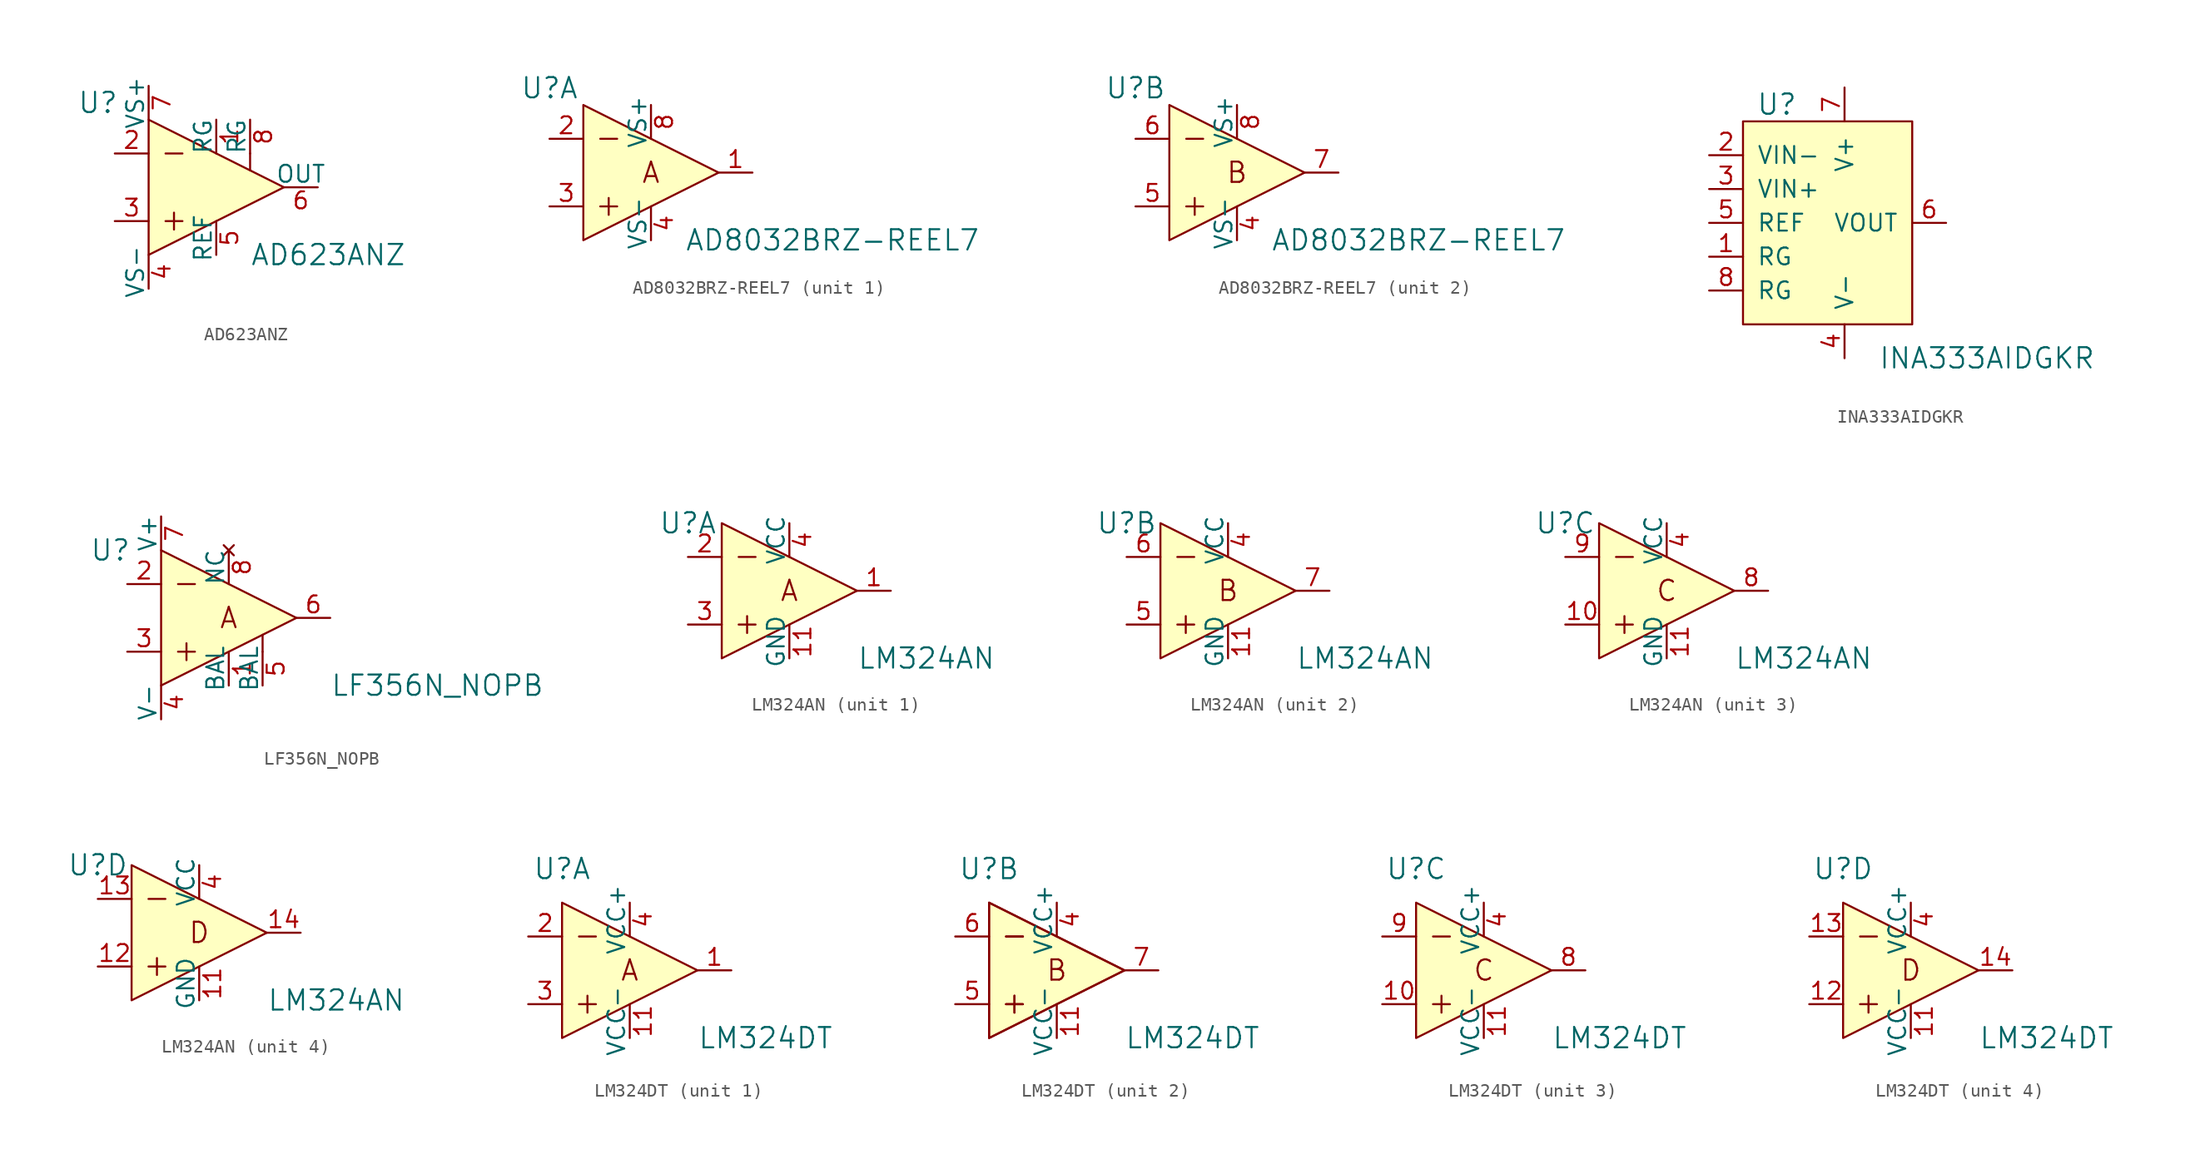
<source format=kicad_sym>
(kicad_symbol_lib
  (version 20201005)
  (generator kicad_symbol_editor)
  (symbol "AD623ANZ"
    (pin_names
      (offset 0))
    (property "Reference" "U"
      (at -8.89 6.35 0)
      (effects (font (size 1.524 1.524))))
    (property "Value" "AD623ANZ"
      (at 2.54 -5.08 0)
      (effects (font (size 1.524 1.524)) (justify left)))
    (symbol "AD623ANZ_1_0"
      (polyline (pts (xy -3.81 -2.54) (xy -2.54 -2.54)) (stroke (width 0)) (fill (type none)))
      (polyline (pts (xy -3.81 2.54) (xy -2.54 2.54)) (stroke (width 0)) (fill (type none)))
      (polyline (pts (xy -3.175 -1.905) (xy -3.175 -3.175)) (stroke (width 0)) (fill (type none)))
      (polyline (pts (xy 2.54 2.54) (xy 2.54 1.27)) (stroke (width 0)) (fill (type none)))
      (polyline (pts (xy -5.08 5.08) (xy -5.08 -5.08) (xy 5.08 0) (xy -5.08 5.08)) (stroke (width 0)) (fill (type background))))
    (symbol "AD623ANZ_1_1"
      (pin passive line (at 0 5.08 270) (length 2.54) (name "RG" (effects (font (size 1.27 1.27)))) (number "1" (effects (font (size 1.27 1.27)))))
      (pin input line (at -7.62 2.54 0) (length 2.54) (name "~" (effects (font (size 1.27 1.27)))) (number "2" (effects (font (size 1.27 1.27)))))
      (pin input line (at -7.62 -2.54 0) (length 2.54) (name "~" (effects (font (size 1.27 1.27)))) (number "3" (effects (font (size 1.27 1.27)))))
      (pin power_in line (at -5.08 -7.62 90) (length 2.54) (name "VS-" (effects (font (size 1.27 1.27)))) (number "4" (effects (font (size 1.27 1.27)))))
      (pin output line (at 0 -5.08 90) (length 2.54) (name "REF" (effects (font (size 1.27 1.27)))) (number "5" (effects (font (size 1.27 1.27)))))
      (pin output line (at 7.62 0 180) (length 2.54) (name "OUT" (effects (font (size 1.27 1.27)))) (number "6" (effects (font (size 1.27 1.27)))))
      (pin power_in line (at -5.08 7.62 270) (length 2.54) (name "VS+" (effects (font (size 1.27 1.27)))) (number "7" (effects (font (size 1.27 1.27)))))
      (pin passive line (at 2.54 5.08 270) (length 2.54) (name "RG" (effects (font (size 1.27 1.27)))) (number "8" (effects (font (size 1.27 1.27)))))))
  (symbol "AD8032BRZ-REEL7"
    (pin_names
      (offset 0))
    (property "Reference" "U"
      (at -7.62 6.35 0)
      (effects (font (size 1.524 1.524))))
    (property "Value" "AD8032BRZ-REEL7"
      (at 2.54 -5.08 0)
      (effects (font (size 1.524 1.524)) (justify left)))
    (property "ki_locked" ""
      (at 0 0 0)
      (effects (font (size 1.27 1.27))))
    (symbol "AD8032BRZ-REEL7_0_1"
      (polyline (pts (xy -3.81 -2.54) (xy -2.54 -2.54)) (stroke (width 0)) (fill (type none)))
      (polyline (pts (xy -3.81 2.54) (xy -2.54 2.54)) (stroke (width 0)) (fill (type none)))
      (polyline (pts (xy -3.175 -3.175) (xy -3.175 -1.905)) (stroke (width 0)) (fill (type none)))
      (polyline (pts (xy -5.08 5.08) (xy -5.08 -5.08) (xy 5.08 0) (xy -5.08 5.08)) (stroke (width 0)) (fill (type background))))
    (symbol "AD8032BRZ-REEL7_1_0"
      (text "A" (at 0 0 0) (effects (font (size 1.524 1.524)))))
    (symbol "AD8032BRZ-REEL7_1_1"
      (pin output line (at 7.62 0 180) (length 2.54) (name "~" (effects (font (size 1.27 1.27)))) (number "1" (effects (font (size 1.27 1.27)))))
      (pin input line (at -7.62 2.54 0) (length 2.54) (name "~" (effects (font (size 1.27 1.27)))) (number "2" (effects (font (size 1.27 1.27)))))
      (pin input line (at -7.62 -2.54 0) (length 2.54) (name "~" (effects (font (size 1.27 1.27)))) (number "3" (effects (font (size 1.27 1.27)))))
      (pin power_in line (at 0 -5.08 90) (length 2.54) (name "VS-" (effects (font (size 1.27 1.27)))) (number "4" (effects (font (size 1.27 1.27)))))
      (pin power_in line (at 0 5.08 270) (length 2.54) (name "VS+" (effects (font (size 1.27 1.27)))) (number "8" (effects (font (size 1.27 1.27))))))
    (symbol "AD8032BRZ-REEL7_2_0"
      (text "B" (at 0 0 0) (effects (font (size 1.524 1.524)))))
    (symbol "AD8032BRZ-REEL7_2_1"
      (pin power_in line (at 0 -5.08 90) (length 2.54) (name "VS-" (effects (font (size 1.27 1.27)))) (number "4" (effects (font (size 1.27 1.27)))))
      (pin input line (at -7.62 -2.54 0) (length 2.54) (name "~" (effects (font (size 1.27 1.27)))) (number "5" (effects (font (size 1.27 1.27)))))
      (pin input line (at -7.62 2.54 0) (length 2.54) (name "~" (effects (font (size 1.27 1.27)))) (number "6" (effects (font (size 1.27 1.27)))))
      (pin output line (at 7.62 0 180) (length 2.54) (name "~" (effects (font (size 1.27 1.27)))) (number "7" (effects (font (size 1.27 1.27)))))
      (pin power_in line (at 0 5.08 270) (length 2.54) (name "VS+" (effects (font (size 1.27 1.27)))) (number "8" (effects (font (size 1.27 1.27)))))))
  (symbol "INA333AIDGKR"
    (pin_names
      (offset 1.016))
    (property "Reference" "U"
      (at -5.08 3.81 0)
      (effects (font (size 1.524 1.524))))
    (property "Value" "INA333AIDGKR"
      (at 2.54 -15.24 0)
      (effects (font (size 1.524 1.524)) (justify left)))
    (symbol "INA333AIDGKR_0_1"
      (rectangle (start -7.62 2.54) (end 5.08 -12.7) (stroke (width 0)) (fill (type background))))
    (symbol "INA333AIDGKR_1_1"
      (pin passive line (at -10.16 -7.62 0) (length 2.54) (name "RG" (effects (font (size 1.27 1.27)))) (number "1" (effects (font (size 1.27 1.27)))))
      (pin input line (at -10.16 0 0) (length 2.54) (name "VIN-" (effects (font (size 1.27 1.27)))) (number "2" (effects (font (size 1.27 1.27)))))
      (pin input line (at -10.16 -2.54 0) (length 2.54) (name "VIN+" (effects (font (size 1.27 1.27)))) (number "3" (effects (font (size 1.27 1.27)))))
      (pin power_in line (at 0 -15.24 90) (length 2.54) (name "V-" (effects (font (size 1.27 1.27)))) (number "4" (effects (font (size 1.27 1.27)))))
      (pin input line (at -10.16 -5.08 0) (length 2.54) (name "REF" (effects (font (size 1.27 1.27)))) (number "5" (effects (font (size 1.27 1.27)))))
      (pin output line (at 7.62 -5.08 180) (length 2.54) (name "VOUT" (effects (font (size 1.27 1.27)))) (number "6" (effects (font (size 1.27 1.27)))))
      (pin power_in line (at 0 5.08 270) (length 2.54) (name "V+" (effects (font (size 1.27 1.27)))) (number "7" (effects (font (size 1.27 1.27)))))
      (pin passive line (at -10.16 -10.16 0) (length 2.54) (name "RG" (effects (font (size 1.27 1.27)))) (number "8" (effects (font (size 1.27 1.27)))))))
  (symbol "LF356N_NOPB"
    (pin_names
      (offset 0))
    (property "Reference" "U"
      (at -8.89 5.08 0)
      (effects (font (size 1.524 1.524))))
    (property "Value" "LF356N_NOPB"
      (at 7.62 -5.08 0)
      (effects (font (size 1.524 1.524)) (justify left)))
    (symbol "LF356N_NOPB_0_0"
      (text "A" (at 0 0 0) (effects (font (size 1.524 1.524)))))
    (symbol "LF356N_NOPB_1_0"
      (polyline (pts (xy -3.81 -2.54) (xy -2.54 -2.54)) (stroke (width 0)) (fill (type none)))
      (polyline (pts (xy -3.81 2.54) (xy -2.54 2.54)) (stroke (width 0)) (fill (type none)))
      (polyline (pts (xy -3.175 -1.905) (xy -3.175 -3.175)) (stroke (width 0)) (fill (type none)))
      (polyline (pts (xy 2.54 -1.27) (xy 2.54 -2.54)) (stroke (width 0)) (fill (type none)))
      (polyline (pts (xy -5.08 5.08) (xy -5.08 -5.08) (xy 5.08 0) (xy -5.08 5.08)) (stroke (width 0)) (fill (type background))))
    (symbol "LF356N_NOPB_1_1"
      (pin input line (at 0 -5.08 90) (length 2.54) (name "BAL" (effects (font (size 1.27 1.27)))) (number "1" (effects (font (size 1.27 1.27)))))
      (pin input line (at -7.62 2.54 0) (length 2.54) (name "~" (effects (font (size 1.27 1.27)))) (number "2" (effects (font (size 1.27 1.27)))))
      (pin input line (at -7.62 -2.54 0) (length 2.54) (name "~" (effects (font (size 1.27 1.27)))) (number "3" (effects (font (size 1.27 1.27)))))
      (pin power_in line (at -5.08 -7.62 90) (length 2.54) (name "V-" (effects (font (size 1.27 1.27)))) (number "4" (effects (font (size 1.27 1.27)))))
      (pin input line (at 2.54 -5.08 90) (length 2.54) (name "BAL" (effects (font (size 1.27 1.27)))) (number "5" (effects (font (size 1.27 1.27)))))
      (pin output line (at 7.62 0 180) (length 2.54) (name "~" (effects (font (size 1.27 1.27)))) (number "6" (effects (font (size 1.27 1.27)))))
      (pin power_in line (at -5.08 7.62 270) (length 2.54) (name "V+" (effects (font (size 1.27 1.27)))) (number "7" (effects (font (size 1.27 1.27)))))
      (pin no_connect line (at 0 5.08 270) (length 2.54) (name "NC" (effects (font (size 1.27 1.27)))) (number "8" (effects (font (size 1.27 1.27)))))))
  (symbol "LM324AN"
    (pin_names
      (offset 0))
    (property "Reference" "U"
      (at -7.62 5.08 0)
      (effects (font (size 1.524 1.524))))
    (property "Value" "LM324AN"
      (at 5.08 -5.08 0)
      (effects (font (size 1.524 1.524)) (justify left)))
    (property "ki_locked" ""
      (at 0 0 0)
      (effects (font (size 1.27 1.27))))
    (symbol "LM324AN_0_0"
      (polyline (pts (xy -3.81 -2.54) (xy -2.54 -2.54)) (stroke (width 0)) (fill (type none)))
      (polyline (pts (xy -3.81 2.54) (xy -2.54 2.54)) (stroke (width 0)) (fill (type none)))
      (polyline (pts (xy -3.175 -1.905) (xy -3.175 -3.175)) (stroke (width 0)) (fill (type none)))
      (polyline (pts (xy 5.08 0) (xy -5.08 5.08) (xy -5.08 -5.08) (xy 5.08 0)) (stroke (width 0)) (fill (type background))))
    (symbol "LM324AN_1_0"
      (text "A" (at 0 0 0) (effects (font (size 1.524 1.524)))))
    (symbol "LM324AN_1_1"
      (pin output line (at 7.62 0 180) (length 2.54) (name "~" (effects (font (size 1.27 1.27)))) (number "1" (effects (font (size 1.27 1.27)))))
      (pin input line (at -7.62 2.54 0) (length 2.54) (name "~" (effects (font (size 1.27 1.27)))) (number "2" (effects (font (size 1.27 1.27)))))
      (pin input line (at -7.62 -2.54 0) (length 2.54) (name "~" (effects (font (size 1.27 1.27)))) (number "3" (effects (font (size 1.27 1.27)))))
      (pin power_in line (at 0 5.08 270) (length 2.54) (name "VCC" (effects (font (size 1.27 1.27)))) (number "4" (effects (font (size 1.27 1.27)))))
      (pin power_in line (at 0 -5.08 90) (length 2.54) (name "GND" (effects (font (size 1.27 1.27)))) (number "11" (effects (font (size 1.27 1.27))))))
    (symbol "LM324AN_2_0"
      (text "B" (at 0 0 0) (effects (font (size 1.524 1.524)))))
    (symbol "LM324AN_2_1"
      (pin power_in line (at 0 5.08 270) (length 2.54) (name "VCC" (effects (font (size 1.27 1.27)))) (number "4" (effects (font (size 1.27 1.27)))))
      (pin input line (at -7.62 -2.54 0) (length 2.54) (name "~" (effects (font (size 1.27 1.27)))) (number "5" (effects (font (size 1.27 1.27)))))
      (pin input line (at -7.62 2.54 0) (length 2.54) (name "~" (effects (font (size 1.27 1.27)))) (number "6" (effects (font (size 1.27 1.27)))))
      (pin output line (at 7.62 0 180) (length 2.54) (name "~" (effects (font (size 1.27 1.27)))) (number "7" (effects (font (size 1.27 1.27)))))
      (pin power_in line (at 0 -5.08 90) (length 2.54) (name "GND" (effects (font (size 1.27 1.27)))) (number "11" (effects (font (size 1.27 1.27))))))
    (symbol "LM324AN_3_0"
      (text "C" (at 0 0 0) (effects (font (size 1.524 1.524)))))
    (symbol "LM324AN_3_1"
      (pin power_in line (at 0 5.08 270) (length 2.54) (name "VCC" (effects (font (size 1.27 1.27)))) (number "4" (effects (font (size 1.27 1.27)))))
      (pin output line (at 7.62 0 180) (length 2.54) (name "~" (effects (font (size 1.27 1.27)))) (number "8" (effects (font (size 1.27 1.27)))))
      (pin input line (at -7.62 2.54 0) (length 2.54) (name "~" (effects (font (size 1.27 1.27)))) (number "9" (effects (font (size 1.27 1.27)))))
      (pin input line (at -7.62 -2.54 0) (length 2.54) (name "~" (effects (font (size 1.27 1.27)))) (number "10" (effects (font (size 1.27 1.27)))))
      (pin power_in line (at 0 -5.08 90) (length 2.54) (name "GND" (effects (font (size 1.27 1.27)))) (number "11" (effects (font (size 1.27 1.27))))))
    (symbol "LM324AN_4_0"
      (text "D" (at 0 0 0) (effects (font (size 1.524 1.524)))))
    (symbol "LM324AN_4_1"
      (pin power_in line (at 0 5.08 270) (length 2.54) (name "VCC" (effects (font (size 1.27 1.27)))) (number "4" (effects (font (size 1.27 1.27)))))
      (pin power_in line (at 0 -5.08 90) (length 2.54) (name "GND" (effects (font (size 1.27 1.27)))) (number "11" (effects (font (size 1.27 1.27)))))
      (pin input line (at -7.62 -2.54 0) (length 2.54) (name "~" (effects (font (size 1.27 1.27)))) (number "12" (effects (font (size 1.27 1.27)))))
      (pin input line (at -7.62 2.54 0) (length 2.54) (name "~" (effects (font (size 1.27 1.27)))) (number "13" (effects (font (size 1.27 1.27)))))
      (pin output line (at 7.62 0 180) (length 2.54) (name "~" (effects (font (size 1.27 1.27)))) (number "14" (effects (font (size 1.27 1.27)))))))
  (symbol "LM324DT"
    (pin_names
      (offset 0))
    (property "Reference" "U"
      (at -5.08 7.62 0)
      (effects (font (size 1.524 1.524))))
    (property "Value" "LM324DT"
      (at 5.08 -5.08 0)
      (effects (font (size 1.524 1.524)) (justify left)))
    (property "ki_locked" ""
      (at 0 0 0)
      (effects (font (size 1.27 1.27))))
    (symbol "LM324DT_0_0"
      (polyline (pts (xy -3.81 -2.54) (xy -2.54 -2.54)) (stroke (width 0)) (fill (type none)))
      (polyline (pts (xy -3.81 2.54) (xy -2.54 2.54)) (stroke (width 0)) (fill (type none)))
      (polyline (pts (xy -3.175 -1.905) (xy -3.175 -3.175)) (stroke (width 0)) (fill (type none)))
      (polyline (pts (xy -5.08 5.08) (xy -5.08 -5.08) (xy 5.08 0) (xy -5.08 5.08)) (stroke (width 0)) (fill (type background))))
    (symbol "LM324DT_1_0"
      (text "A" (at 0 0 0) (effects (font (size 1.524 1.524)))))
    (symbol "LM324DT_1_1"
      (pin output line (at 7.62 0 180) (length 2.54) (name "~" (effects (font (size 1.27 1.27)))) (number "1" (effects (font (size 1.27 1.27)))))
      (pin input line (at -7.62 2.54 0) (length 2.54) (name "~" (effects (font (size 1.27 1.27)))) (number "2" (effects (font (size 1.27 1.27)))))
      (pin input line (at -7.62 -2.54 0) (length 2.54) (name "~" (effects (font (size 1.27 1.27)))) (number "3" (effects (font (size 1.27 1.27)))))
      (pin power_in line (at 0 5.08 270) (length 2.54) (name "VCC+" (effects (font (size 1.27 1.27)))) (number "4" (effects (font (size 1.27 1.27)))))
      (pin power_in line (at 0 -5.08 90) (length 2.54) (name "VCC-" (effects (font (size 1.27 1.27)))) (number "11" (effects (font (size 1.27 1.27))))))
    (symbol "LM324DT_2_0"
      (text "B" (at 0 0 0) (effects (font (size 1.524 1.524))))
      (polyline (pts (xy -3.81 -2.54) (xy -2.54 -2.54)) (stroke (width 0)) (fill (type none)))
      (polyline (pts (xy -3.81 2.54) (xy -2.54 2.54)) (stroke (width 0)) (fill (type none)))
      (polyline (pts (xy -3.175 -1.905) (xy -3.175 -3.175)) (stroke (width 0)) (fill (type none)))
      (polyline (pts (xy -5.08 5.08) (xy -5.08 -5.08) (xy 5.08 0) (xy -5.08 5.08)) (stroke (width 0)) (fill (type background))))
    (symbol "LM324DT_2_1"
      (pin power_in line (at 0 5.08 270) (length 2.54) (name "VCC+" (effects (font (size 1.27 1.27)))) (number "4" (effects (font (size 1.27 1.27)))))
      (pin input line (at -7.62 -2.54 0) (length 2.54) (name "~" (effects (font (size 1.27 1.27)))) (number "5" (effects (font (size 1.27 1.27)))))
      (pin input line (at -7.62 2.54 0) (length 2.54) (name "~" (effects (font (size 1.27 1.27)))) (number "6" (effects (font (size 1.27 1.27)))))
      (pin output line (at 7.62 0 180) (length 2.54) (name "~" (effects (font (size 1.27 1.27)))) (number "7" (effects (font (size 1.27 1.27)))))
      (pin power_in line (at 0 -5.08 90) (length 2.54) (name "VCC-" (effects (font (size 1.27 1.27)))) (number "11" (effects (font (size 1.27 1.27))))))
    (symbol "LM324DT_3_0"
      (text "C" (at 0 0 0) (effects (font (size 1.524 1.524)))))
    (symbol "LM324DT_3_1"
      (pin power_in line (at 0 5.08 270) (length 2.54) (name "VCC+" (effects (font (size 1.27 1.27)))) (number "4" (effects (font (size 1.27 1.27)))))
      (pin output line (at 7.62 0 180) (length 2.54) (name "~" (effects (font (size 1.27 1.27)))) (number "8" (effects (font (size 1.27 1.27)))))
      (pin input line (at -7.62 2.54 0) (length 2.54) (name "~" (effects (font (size 1.27 1.27)))) (number "9" (effects (font (size 1.27 1.27)))))
      (pin input line (at -7.62 -2.54 0) (length 2.54) (name "~" (effects (font (size 1.27 1.27)))) (number "10" (effects (font (size 1.27 1.27)))))
      (pin power_in line (at 0 -5.08 90) (length 2.54) (name "VCC-" (effects (font (size 1.27 1.27)))) (number "11" (effects (font (size 1.27 1.27))))))
    (symbol "LM324DT_4_0"
      (text "D" (at 0 0 0) (effects (font (size 1.524 1.524)))))
    (symbol "LM324DT_4_1"
      (pin power_in line (at 0 5.08 270) (length 2.54) (name "VCC+" (effects (font (size 1.27 1.27)))) (number "4" (effects (font (size 1.27 1.27)))))
      (pin power_in line (at 0 -5.08 90) (length 2.54) (name "VCC-" (effects (font (size 1.27 1.27)))) (number "11" (effects (font (size 1.27 1.27)))))
      (pin input line (at -7.62 -2.54 0) (length 2.54) (name "~" (effects (font (size 1.27 1.27)))) (number "12" (effects (font (size 1.27 1.27)))))
      (pin input line (at -7.62 2.54 0) (length 2.54) (name "~" (effects (font (size 1.27 1.27)))) (number "13" (effects (font (size 1.27 1.27)))))
      (pin output line (at 7.62 0 180) (length 2.54) (name "~" (effects (font (size 1.27 1.27)))) (number "14" (effects (font (size 1.27 1.27))))))))
</source>
